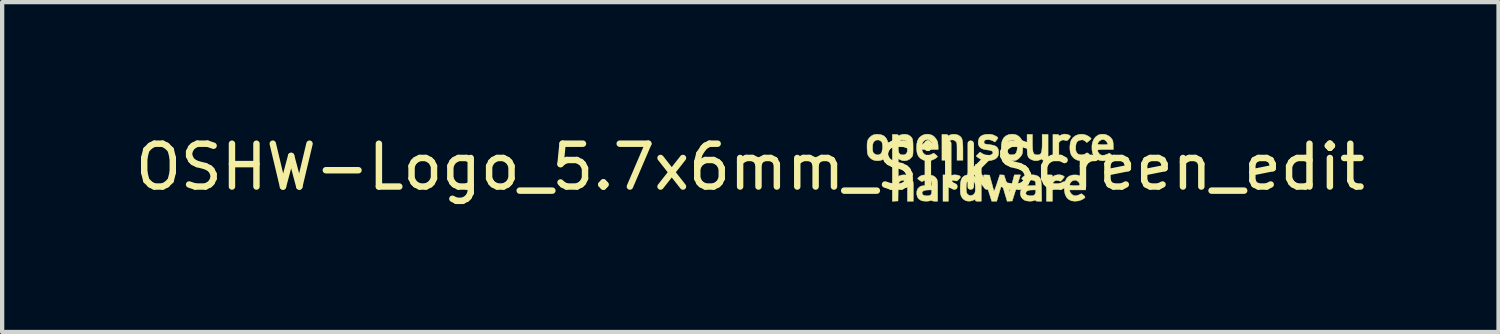
<source format=kicad_pcb>
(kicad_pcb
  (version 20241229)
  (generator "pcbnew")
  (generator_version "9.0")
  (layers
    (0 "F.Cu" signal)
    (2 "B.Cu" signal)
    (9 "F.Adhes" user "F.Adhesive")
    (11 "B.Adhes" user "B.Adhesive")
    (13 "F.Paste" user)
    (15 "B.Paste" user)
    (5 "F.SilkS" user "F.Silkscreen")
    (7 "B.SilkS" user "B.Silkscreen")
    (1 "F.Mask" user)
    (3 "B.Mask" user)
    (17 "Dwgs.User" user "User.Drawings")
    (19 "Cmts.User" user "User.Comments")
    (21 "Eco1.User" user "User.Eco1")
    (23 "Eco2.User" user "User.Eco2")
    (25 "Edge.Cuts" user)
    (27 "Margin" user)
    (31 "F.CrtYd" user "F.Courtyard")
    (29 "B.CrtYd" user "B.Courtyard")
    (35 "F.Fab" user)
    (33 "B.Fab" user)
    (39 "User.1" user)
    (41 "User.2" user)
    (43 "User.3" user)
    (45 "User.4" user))
  (footprint "OSHW-Logo_5.7x6mm_SilkScreen_edit"
    (layer "F.Cu")
    (at 14.458 0.848)
    (property "Reference" "OSHW-Logo_5.7x6mm_SilkScreen_edit" (at 0 0 0) (layer "F.SilkS") (effects (font (size 1 1) (thickness 0.15))))
    (attr exclude_from_pos_files exclude_from_bom)
    (fp_poly (pts (xy 7.389 -0.762) (xy 7.433 -0.749) (xy 7.461 -0.732) (xy 7.47 -0.719) (xy 7.467 -0.703) (xy 7.451 -0.679) (xy 7.437 -0.661) (xy 7.409 -0.63) (xy 7.388 -0.616) (xy 7.37 -0.617) (xy 7.316 -0.631) (xy 7.277 -0.63) (xy 7.245 -0.615) (xy 7.234 -0.606) (xy 7.2 -0.574) (xy 7.2 -0.158) (xy 7.061 -0.158) (xy 7.061 -0.761) (xy 7.13 -0.761) (xy 7.172 -0.76) (xy 7.193 -0.754) (xy 7.2 -0.743) (xy 7.2 -0.742) (xy 7.202 -0.73) (xy 7.216 -0.732) (xy 7.234 -0.74) (xy 7.272 -0.756) (xy 7.303 -0.766) (xy 7.343 -0.769) (xy 7.389 -0.762)) (stroke (width 0.01) (type solid)) (fill yes) (layer "F.SilkS"))
    (fp_poly (pts (xy 7.225 0.181) (xy 7.274 0.191) (xy 7.301 0.205) (xy 7.33 0.229) (xy 7.289 0.281) (xy 7.263 0.312) (xy 7.246 0.327) (xy 7.229 0.33) (xy 7.204 0.322) (xy 7.192 0.318) (xy 7.144 0.312) (xy 7.1 0.325) (xy 7.068 0.356) (xy 7.063 0.365) (xy 7.057 0.391) (xy 7.053 0.439) (xy 7.05 0.505) (xy 7.049 0.586) (xy 7.049 0.597) (xy 7.049 0.798) (xy 6.91 0.798) (xy 6.91 0.182) (xy 6.979 0.182) (xy 7.019 0.183) (xy 7.04 0.187) (xy 7.048 0.198) (xy 7.049 0.208) (xy 7.049 0.234) (xy 7.082 0.208) (xy 7.12 0.19) (xy 7.171 0.181) (xy 7.225 0.181)) (stroke (width 0.01) (type solid)) (fill yes) (layer "F.SilkS"))
    (fp_poly (pts (xy 4.597 0.183) (xy 4.615 0.189) (xy 4.622 0.201) (xy 4.622 0.207) (xy 4.623 0.222) (xy 4.63 0.225) (xy 4.651 0.214) (xy 4.663 0.207) (xy 4.701 0.191) (xy 4.746 0.183) (xy 4.793 0.183) (xy 4.838 0.189) (xy 4.874 0.2) (xy 4.897 0.216) (xy 4.902 0.236) (xy 4.9 0.242) (xy 4.883 0.265) (xy 4.857 0.293) (xy 4.852 0.297) (xy 4.828 0.318) (xy 4.806 0.325) (xy 4.776 0.32) (xy 4.764 0.317) (xy 4.727 0.309) (xy 4.701 0.313) (xy 4.679 0.325) (xy 4.659 0.341) (xy 4.644 0.361) (xy 4.634 0.389) (xy 4.627 0.428) (xy 4.623 0.484) (xy 4.622 0.559) (xy 4.622 0.604) (xy 4.622 0.798) (xy 4.496 0.798) (xy 4.496 0.182) (xy 4.559 0.182) (xy 4.597 0.183)) (stroke (width 0.01) (type solid)) (fill yes) (layer "F.SilkS"))
    (fp_poly (pts (xy 6.583 -0.566) (xy 6.585 -0.473) (xy 6.589 -0.403) (xy 6.598 -0.353) (xy 6.612 -0.318) (xy 6.633 -0.297) (xy 6.661 -0.287) (xy 6.697 -0.284) (xy 6.734 -0.287) (xy 6.762 -0.298) (xy 6.782 -0.32) (xy 6.796 -0.355) (xy 6.804 -0.406) (xy 6.809 -0.478) (xy 6.81 -0.566) (xy 6.81 -0.761) (xy 6.948 -0.761) (xy 6.948 -0.158) (xy 6.879 -0.158) (xy 6.837 -0.16) (xy 6.816 -0.165) (xy 6.81 -0.177) (xy 6.806 -0.187) (xy 6.792 -0.185) (xy 6.763 -0.17) (xy 6.696 -0.149) (xy 6.626 -0.15) (xy 6.558 -0.174) (xy 6.526 -0.193) (xy 6.502 -0.213) (xy 6.484 -0.238) (xy 6.471 -0.273) (xy 6.464 -0.319) (xy 6.46 -0.381) (xy 6.458 -0.462) (xy 6.458 -0.525) (xy 6.458 -0.761) (xy 6.583 -0.761) (xy 6.583 -0.566)) (stroke (width 0.01) (type solid)) (fill yes) (layer "F.SilkS"))
    (fp_poly (pts (xy 4.836 -0.751) (xy 4.867 -0.736) (xy 4.898 -0.714) (xy 4.921 -0.69) (xy 4.938 -0.658) (xy 4.949 -0.616) (xy 4.956 -0.56) (xy 4.96 -0.486) (xy 4.961 -0.391) (xy 4.961 -0.381) (xy 4.961 -0.158) (xy 4.823 -0.158) (xy 4.823 -0.364) (xy 4.823 -0.44) (xy 4.822 -0.495) (xy 4.82 -0.533) (xy 4.817 -0.559) (xy 4.811 -0.577) (xy 4.802 -0.59) (xy 4.79 -0.602) (xy 4.747 -0.63) (xy 4.7 -0.635) (xy 4.656 -0.618) (xy 4.64 -0.605) (xy 4.629 -0.593) (xy 4.621 -0.579) (xy 4.615 -0.561) (xy 4.612 -0.534) (xy 4.61 -0.494) (xy 4.609 -0.436) (xy 4.609 -0.366) (xy 4.609 -0.158) (xy 4.471 -0.158) (xy 4.471 -0.761) (xy 4.54 -0.761) (xy 4.582 -0.76) (xy 4.603 -0.754) (xy 4.609 -0.743) (xy 4.609 -0.742) (xy 4.612 -0.731) (xy 4.625 -0.732) (xy 4.65 -0.745) (xy 4.707 -0.763) (xy 4.773 -0.765) (xy 4.836 -0.751)) (stroke (width 0.01) (type solid)) (fill yes) (layer "F.SilkS"))
    (fp_poly (pts (xy 7.807 -0.756) (xy 7.88 -0.725) (xy 7.903 -0.71) (xy 7.932 -0.687) (xy 7.951 -0.669) (xy 7.954 -0.663) (xy 7.945 -0.65) (xy 7.922 -0.627) (xy 7.903 -0.612) (xy 7.853 -0.571) (xy 7.813 -0.605) (xy 7.782 -0.626) (xy 7.752 -0.634) (xy 7.717 -0.632) (xy 7.663 -0.618) (xy 7.625 -0.59) (xy 7.602 -0.545) (xy 7.592 -0.479) (xy 7.592 -0.479) (xy 7.592 -0.405) (xy 7.606 -0.351) (xy 7.634 -0.314) (xy 7.653 -0.302) (xy 7.704 -0.286) (xy 7.758 -0.286) (xy 7.805 -0.301) (xy 7.816 -0.309) (xy 7.843 -0.327) (xy 7.865 -0.331) (xy 7.889 -0.317) (xy 7.915 -0.291) (xy 7.956 -0.249) (xy 7.91 -0.212) (xy 7.84 -0.169) (xy 7.76 -0.148) (xy 7.677 -0.15) (xy 7.623 -0.164) (xy 7.559 -0.198) (xy 7.508 -0.252) (xy 7.485 -0.29) (xy 7.466 -0.344) (xy 7.457 -0.414) (xy 7.457 -0.489) (xy 7.466 -0.561) (xy 7.484 -0.621) (xy 7.487 -0.627) (xy 7.53 -0.688) (xy 7.588 -0.732) (xy 7.657 -0.759) (xy 7.731 -0.767) (xy 7.807 -0.756)) (stroke (width 0.01) (type solid)) (fill yes) (layer "F.SilkS"))
    (fp_poly (pts (xy 6.201 -0.754) (xy 6.264 -0.719) (xy 6.314 -0.665) (xy 6.338 -0.62) (xy 6.348 -0.581) (xy 6.354 -0.525) (xy 6.357 -0.46) (xy 6.356 -0.396) (xy 6.351 -0.339) (xy 6.345 -0.308) (xy 6.324 -0.267) (xy 6.288 -0.223) (xy 6.246 -0.184) (xy 6.203 -0.159) (xy 6.202 -0.159) (xy 6.15 -0.148) (xy 6.087 -0.147) (xy 6.028 -0.157) (xy 6.005 -0.165) (xy 5.946 -0.199) (xy 5.904 -0.242) (xy 5.876 -0.3) (xy 5.861 -0.376) (xy 5.857 -0.416) (xy 5.858 -0.466) (xy 5.992 -0.466) (xy 5.997 -0.393) (xy 6.01 -0.338) (xy 6.031 -0.302) (xy 6.046 -0.292) (xy 6.083 -0.285) (xy 6.129 -0.287) (xy 6.167 -0.297) (xy 6.178 -0.303) (xy 6.205 -0.335) (xy 6.222 -0.385) (xy 6.23 -0.446) (xy 6.226 -0.512) (xy 6.218 -0.551) (xy 6.194 -0.596) (xy 6.157 -0.625) (xy 6.112 -0.634) (xy 6.065 -0.624) (xy 6.029 -0.599) (xy 6.01 -0.578) (xy 5.999 -0.558) (xy 5.994 -0.53) (xy 5.992 -0.487) (xy 5.992 -0.466) (xy 5.858 -0.466) (xy 5.858 -0.522) (xy 5.875 -0.609) (xy 5.909 -0.677) (xy 5.959 -0.726) (xy 6.025 -0.756) (xy 6.04 -0.76) (xy 6.125 -0.768) (xy 6.201 -0.754)) (stroke (width 0.01) (type solid)) (fill yes) (layer "F.SilkS"))
    (fp_poly (pts (xy 5.872 0.184) (xy 5.921 0.188) (xy 6.051 0.578) (xy 6.072 0.509) (xy 6.084 0.466) (xy 6.1 0.408) (xy 6.118 0.345) (xy 6.127 0.311) (xy 6.161 0.182) (xy 6.304 0.182) (xy 6.262 0.317) (xy 6.241 0.383) (xy 6.215 0.464) (xy 6.189 0.547) (xy 6.165 0.622) (xy 6.111 0.792) (xy 6.053 0.795) (xy 5.994 0.799) (xy 5.963 0.695) (xy 5.943 0.63) (xy 5.922 0.558) (xy 5.903 0.495) (xy 5.903 0.493) (xy 5.889 0.45) (xy 5.876 0.421) (xy 5.868 0.41) (xy 5.866 0.411) (xy 5.86 0.428) (xy 5.848 0.465) (xy 5.832 0.516) (xy 5.814 0.578) (xy 5.804 0.612) (xy 5.749 0.798) (xy 5.633 0.798) (xy 5.541 0.505) (xy 5.515 0.423) (xy 5.491 0.349) (xy 5.471 0.286) (xy 5.455 0.237) (xy 5.445 0.206) (xy 5.442 0.197) (xy 5.444 0.187) (xy 5.463 0.183) (xy 5.503 0.184) (xy 5.509 0.184) (xy 5.582 0.188) (xy 5.63 0.364) (xy 5.648 0.428) (xy 5.663 0.485) (xy 5.676 0.528) (xy 5.684 0.555) (xy 5.685 0.559) (xy 5.691 0.554) (xy 5.703 0.529) (xy 5.72 0.486) (xy 5.74 0.43) (xy 5.757 0.379) (xy 5.822 0.181) (xy 5.872 0.184)) (stroke (width 0.01) (type solid)) (fill yes) (layer "F.SilkS"))
    (fp_poly (pts (xy 3.052 -0.755) (xy 3.118 -0.726) (xy 3.167 -0.677) (xy 3.202 -0.609) (xy 3.22 -0.521) (xy 3.221 -0.508) (xy 3.222 -0.411) (xy 3.209 -0.326) (xy 3.182 -0.258) (xy 3.167 -0.236) (xy 3.117 -0.189) (xy 3.052 -0.159) (xy 2.98 -0.146) (xy 2.907 -0.153) (xy 2.851 -0.172) (xy 2.803 -0.205) (xy 2.764 -0.249) (xy 2.763 -0.25) (xy 2.747 -0.277) (xy 2.737 -0.304) (xy 2.73 -0.338) (xy 2.727 -0.386) (xy 2.725 -0.425) (xy 2.724 -0.461) (xy 2.85 -0.461) (xy 2.851 -0.425) (xy 2.856 -0.378) (xy 2.864 -0.348) (xy 2.878 -0.326) (xy 2.891 -0.313) (xy 2.938 -0.287) (xy 2.987 -0.283) (xy 3.033 -0.302) (xy 3.056 -0.324) (xy 3.073 -0.345) (xy 3.083 -0.366) (xy 3.087 -0.392) (xy 3.087 -0.432) (xy 3.086 -0.469) (xy 3.083 -0.522) (xy 3.078 -0.556) (xy 3.07 -0.579) (xy 3.057 -0.596) (xy 3.046 -0.605) (xy 3.001 -0.631) (xy 2.953 -0.632) (xy 2.912 -0.617) (xy 2.877 -0.585) (xy 2.857 -0.533) (xy 2.85 -0.461) (xy 2.724 -0.461) (xy 2.724 -0.503) (xy 2.726 -0.562) (xy 2.734 -0.606) (xy 2.747 -0.641) (xy 2.768 -0.671) (xy 2.776 -0.681) (xy 2.824 -0.726) (xy 2.876 -0.753) (xy 2.939 -0.764) (xy 2.97 -0.765) (xy 3.052 -0.755)) (stroke (width 0.01) (type solid)) (fill yes) (layer "F.SilkS"))
    (fp_poly (pts (xy 5.389 0.798) (xy 5.32 0.798) (xy 5.28 0.797) (xy 5.259 0.792) (xy 5.251 0.781) (xy 5.25 0.774) (xy 5.249 0.76) (xy 5.241 0.757) (xy 5.22 0.766) (xy 5.204 0.774) (xy 5.141 0.794) (xy 5.073 0.795) (xy 5.017 0.78) (xy 4.966 0.745) (xy 4.926 0.693) (xy 4.905 0.631) (xy 4.904 0.628) (xy 4.901 0.591) (xy 4.899 0.537) (xy 4.899 0.496) (xy 5.037 0.496) (xy 5.04 0.55) (xy 5.047 0.595) (xy 5.057 0.62) (xy 5.094 0.654) (xy 5.138 0.667) (xy 5.183 0.657) (xy 5.222 0.627) (xy 5.237 0.607) (xy 5.245 0.583) (xy 5.25 0.548) (xy 5.25 0.496) (xy 5.249 0.444) (xy 5.244 0.399) (xy 5.237 0.368) (xy 5.236 0.365) (xy 5.21 0.333) (xy 5.17 0.315) (xy 5.127 0.312) (xy 5.086 0.325) (xy 5.056 0.353) (xy 5.053 0.358) (xy 5.043 0.392) (xy 5.038 0.441) (xy 5.037 0.496) (xy 4.899 0.496) (xy 4.899 0.476) (xy 4.9 0.443) (xy 4.906 0.361) (xy 4.919 0.3) (xy 4.941 0.254) (xy 4.972 0.221) (xy 5.003 0.201) (xy 5.046 0.187) (xy 5.099 0.182) (xy 5.154 0.186) (xy 5.2 0.198) (xy 5.225 0.213) (xy 5.25 0.236) (xy 5.25 -0.057) (xy 5.389 -0.057) (xy 5.389 0.798)) (stroke (width 0.01) (type solid)) (fill yes) (layer "F.SilkS"))
    (fp_poly (pts (xy 8.268 -0.764) (xy 8.3 -0.756) (xy 8.362 -0.727) (xy 8.415 -0.683) (xy 8.451 -0.631) (xy 8.456 -0.619) (xy 8.463 -0.588) (xy 8.468 -0.543) (xy 8.47 -0.497) (xy 8.47 -0.409) (xy 8.287 -0.409) (xy 8.212 -0.409) (xy 8.159 -0.407) (xy 8.125 -0.403) (xy 8.108 -0.394) (xy 8.104 -0.38) (xy 8.111 -0.36) (xy 8.123 -0.336) (xy 8.156 -0.295) (xy 8.202 -0.275) (xy 8.259 -0.276) (xy 8.323 -0.298) (xy 8.378 -0.325) (xy 8.424 -0.288) (xy 8.47 -0.252) (xy 8.427 -0.212) (xy 8.369 -0.174) (xy 8.298 -0.152) (xy 8.222 -0.145) (xy 8.148 -0.157) (xy 8.136 -0.161) (xy 8.071 -0.194) (xy 8.023 -0.245) (xy 7.99 -0.314) (xy 7.972 -0.402) (xy 7.972 -0.404) (xy 7.971 -0.5) (xy 7.977 -0.534) (xy 8.105 -0.534) (xy 8.117 -0.529) (xy 8.148 -0.525) (xy 8.195 -0.523) (xy 8.225 -0.522) (xy 8.281 -0.523) (xy 8.315 -0.524) (xy 8.334 -0.528) (xy 8.34 -0.535) (xy 8.338 -0.546) (xy 8.337 -0.551) (xy 8.314 -0.593) (xy 8.279 -0.626) (xy 8.248 -0.641) (xy 8.206 -0.64) (xy 8.164 -0.622) (xy 8.129 -0.591) (xy 8.108 -0.554) (xy 8.105 -0.534) (xy 7.977 -0.534) (xy 7.987 -0.585) (xy 8.019 -0.656) (xy 8.065 -0.711) (xy 8.123 -0.749) (xy 8.191 -0.767) (xy 8.268 -0.764)) (stroke (width 0.01) (type solid)) (fill yes) (layer "F.SilkS"))
    (fp_poly (pts (xy 5.604 -0.764) (xy 5.652 -0.755) (xy 5.701 -0.736) (xy 5.706 -0.733) (xy 5.744 -0.714) (xy 5.77 -0.695) (xy 5.778 -0.683) (xy 5.77 -0.664) (xy 5.751 -0.636) (xy 5.742 -0.626) (xy 5.707 -0.584) (xy 5.661 -0.611) (xy 5.617 -0.629) (xy 5.567 -0.639) (xy 5.519 -0.639) (xy 5.481 -0.63) (xy 5.473 -0.625) (xy 5.455 -0.599) (xy 5.453 -0.569) (xy 5.466 -0.546) (xy 5.474 -0.541) (xy 5.496 -0.536) (xy 5.536 -0.529) (xy 5.585 -0.523) (xy 5.594 -0.522) (xy 5.673 -0.508) (xy 5.73 -0.485) (xy 5.768 -0.45) (xy 5.789 -0.402) (xy 5.796 -0.342) (xy 5.787 -0.275) (xy 5.757 -0.222) (xy 5.707 -0.183) (xy 5.637 -0.159) (xy 5.559 -0.149) (xy 5.495 -0.149) (xy 5.443 -0.158) (xy 5.408 -0.17) (xy 5.363 -0.191) (xy 5.322 -0.215) (xy 5.307 -0.226) (xy 5.269 -0.257) (xy 5.315 -0.303) (xy 5.36 -0.349) (xy 5.412 -0.315) (xy 5.464 -0.289) (xy 5.519 -0.276) (xy 5.573 -0.274) (xy 5.618 -0.285) (xy 5.65 -0.306) (xy 5.66 -0.325) (xy 5.659 -0.355) (xy 5.633 -0.377) (xy 5.583 -0.393) (xy 5.529 -0.4) (xy 5.445 -0.414) (xy 5.383 -0.44) (xy 5.342 -0.479) (xy 5.32 -0.532) (xy 5.317 -0.595) (xy 5.332 -0.66) (xy 5.365 -0.71) (xy 5.419 -0.744) (xy 5.491 -0.762) (xy 5.545 -0.765) (xy 5.604 -0.764)) (stroke (width 0.01) (type solid)) (fill yes) (layer "F.SilkS"))
    (fp_poly (pts (xy 7.623 0.185) (xy 7.683 0.201) (xy 7.733 0.233) (xy 7.757 0.257) (xy 7.797 0.314) (xy 7.82 0.38) (xy 7.828 0.461) (xy 7.828 0.468) (xy 7.828 0.534) (xy 7.448 0.534) (xy 7.456 0.568) (xy 7.471 0.6) (xy 7.497 0.632) (xy 7.502 0.637) (xy 7.548 0.666) (xy 7.6 0.67) (xy 7.661 0.652) (xy 7.671 0.647) (xy 7.702 0.632) (xy 7.723 0.623) (xy 7.727 0.622) (xy 7.74 0.63) (xy 7.764 0.649) (xy 7.777 0.659) (xy 7.802 0.683) (xy 7.811 0.699) (xy 7.805 0.714) (xy 7.802 0.718) (xy 7.781 0.735) (xy 7.746 0.756) (xy 7.721 0.768) (xy 7.652 0.79) (xy 7.575 0.797) (xy 7.503 0.789) (xy 7.482 0.783) (xy 7.419 0.749) (xy 7.373 0.697) (xy 7.342 0.626) (xy 7.327 0.537) (xy 7.326 0.49) (xy 7.33 0.421) (xy 7.451 0.421) (xy 7.463 0.426) (xy 7.494 0.43) (xy 7.54 0.433) (xy 7.57 0.433) (xy 7.626 0.433) (xy 7.661 0.431) (xy 7.68 0.427) (xy 7.688 0.419) (xy 7.69 0.408) (xy 7.679 0.374) (xy 7.652 0.341) (xy 7.616 0.315) (xy 7.581 0.305) (xy 7.532 0.314) (xy 7.49 0.341) (xy 7.461 0.38) (xy 7.451 0.421) (xy 7.33 0.421) (xy 7.333 0.39) (xy 7.354 0.311) (xy 7.39 0.251) (xy 7.442 0.211) (xy 7.51 0.188) (xy 7.547 0.184) (xy 7.623 0.185)) (stroke (width 0.01) (type solid)) (fill yes) (layer "F.SilkS"))
    (fp_poly (pts (xy 4.233 -0.747) (xy 4.246 -0.741) (xy 4.289 -0.71) (xy 4.33 -0.663) (xy 4.361 -0.612) (xy 4.37 -0.589) (xy 4.377 -0.547) (xy 4.382 -0.496) (xy 4.383 -0.475) (xy 4.383 -0.409) (xy 4.003 -0.409) (xy 4.011 -0.375) (xy 4.031 -0.334) (xy 4.066 -0.298) (xy 4.107 -0.276) (xy 4.133 -0.271) (xy 4.169 -0.277) (xy 4.212 -0.291) (xy 4.226 -0.298) (xy 4.28 -0.324) (xy 4.325 -0.29) (xy 4.352 -0.266) (xy 4.366 -0.247) (xy 4.367 -0.241) (xy 4.354 -0.227) (xy 4.327 -0.206) (xy 4.302 -0.19) (xy 4.234 -0.16) (xy 4.159 -0.147) (xy 4.084 -0.15) (xy 4.025 -0.168) (xy 3.963 -0.207) (xy 3.919 -0.258) (xy 3.892 -0.325) (xy 3.88 -0.409) (xy 3.879 -0.447) (xy 3.883 -0.535) (xy 3.884 -0.538) (xy 4.009 -0.538) (xy 4.013 -0.529) (xy 4.027 -0.525) (xy 4.057 -0.523) (xy 4.105 -0.522) (xy 4.124 -0.522) (xy 4.182 -0.523) (xy 4.218 -0.526) (xy 4.237 -0.531) (xy 4.244 -0.539) (xy 4.245 -0.541) (xy 4.237 -0.562) (xy 4.217 -0.59) (xy 4.208 -0.6) (xy 4.177 -0.629) (xy 4.144 -0.64) (xy 4.126 -0.641) (xy 4.078 -0.629) (xy 4.038 -0.598) (xy 4.013 -0.552) (xy 4.012 -0.551) (xy 4.009 -0.538) (xy 3.884 -0.538) (xy 3.898 -0.604) (xy 3.924 -0.66) (xy 3.956 -0.699) (xy 4.016 -0.742) (xy 4.086 -0.765) (xy 4.16 -0.767) (xy 4.233 -0.747)) (stroke (width 0.01) (type solid)) (fill yes) (layer "F.SilkS"))
    (fp_poly (pts (xy 6.628 0.185) (xy 6.681 0.198) (xy 6.697 0.205) (xy 6.726 0.223) (xy 6.749 0.243) (xy 6.766 0.269) (xy 6.778 0.304) (xy 6.786 0.352) (xy 6.791 0.416) (xy 6.794 0.5) (xy 6.795 0.556) (xy 6.799 0.798) (xy 6.729 0.798) (xy 6.686 0.796) (xy 6.664 0.79) (xy 6.659 0.78) (xy 6.656 0.769) (xy 6.642 0.771) (xy 6.624 0.78) (xy 6.579 0.793) (xy 6.52 0.797) (xy 6.458 0.791) (xy 6.404 0.776) (xy 6.399 0.773) (xy 6.349 0.738) (xy 6.316 0.689) (xy 6.301 0.632) (xy 6.302 0.612) (xy 6.426 0.612) (xy 6.436 0.639) (xy 6.469 0.659) (xy 6.521 0.67) (xy 6.549 0.671) (xy 6.595 0.668) (xy 6.626 0.654) (xy 6.634 0.647) (xy 6.654 0.611) (xy 6.659 0.578) (xy 6.659 0.534) (xy 6.598 0.534) (xy 6.526 0.537) (xy 6.476 0.549) (xy 6.445 0.569) (xy 6.438 0.578) (xy 6.426 0.612) (xy 6.302 0.612) (xy 6.304 0.572) (xy 6.327 0.515) (xy 6.358 0.477) (xy 6.376 0.46) (xy 6.395 0.449) (xy 6.419 0.442) (xy 6.454 0.438) (xy 6.507 0.436) (xy 6.528 0.435) (xy 6.659 0.431) (xy 6.659 0.391) (xy 6.654 0.349) (xy 6.635 0.324) (xy 6.598 0.308) (xy 6.597 0.308) (xy 6.544 0.301) (xy 6.493 0.31) (xy 6.455 0.33) (xy 6.439 0.34) (xy 6.423 0.338) (xy 6.397 0.324) (xy 6.382 0.314) (xy 6.353 0.292) (xy 6.335 0.276) (xy 6.332 0.271) (xy 6.344 0.247) (xy 6.379 0.218) (xy 6.395 0.208) (xy 6.439 0.192) (xy 6.498 0.182) (xy 6.564 0.18) (xy 6.628 0.185)) (stroke (width 0.01) (type solid)) (fill yes) (layer "F.SilkS"))
    (fp_poly (pts (xy 4.206 0.187) (xy 4.265 0.202) (xy 4.31 0.231) (xy 4.342 0.268) (xy 4.352 0.284) (xy 4.359 0.301) (xy 4.364 0.323) (xy 4.367 0.353) (xy 4.369 0.395) (xy 4.37 0.454) (xy 4.37 0.533) (xy 4.37 0.554) (xy 4.37 0.798) (xy 4.31 0.798) (xy 4.271 0.795) (xy 4.243 0.788) (xy 4.236 0.784) (xy 4.216 0.777) (xy 4.196 0.784) (xy 4.164 0.793) (xy 4.116 0.797) (xy 4.063 0.795) (xy 4.015 0.789) (xy 3.987 0.78) (xy 3.932 0.745) (xy 3.898 0.696) (xy 3.883 0.632) (xy 3.883 0.63) (xy 3.884 0.602) (xy 4.006 0.602) (xy 4.016 0.634) (xy 4.034 0.653) (xy 4.068 0.666) (xy 4.114 0.672) (xy 4.161 0.669) (xy 4.198 0.658) (xy 4.209 0.651) (xy 4.227 0.619) (xy 4.232 0.582) (xy 4.232 0.534) (xy 4.162 0.534) (xy 4.096 0.539) (xy 4.046 0.553) (xy 4.015 0.576) (xy 4.006 0.602) (xy 3.884 0.602) (xy 3.886 0.56) (xy 3.909 0.504) (xy 3.953 0.462) (xy 3.959 0.458) (xy 3.985 0.445) (xy 4.017 0.438) (xy 4.062 0.434) (xy 4.116 0.433) (xy 4.232 0.433) (xy 4.232 0.384) (xy 4.227 0.347) (xy 4.214 0.321) (xy 4.213 0.32) (xy 4.185 0.309) (xy 4.143 0.305) (xy 4.096 0.307) (xy 4.055 0.315) (xy 4.03 0.327) (xy 4.017 0.337) (xy 4.003 0.339) (xy 3.983 0.331) (xy 3.954 0.311) (xy 3.91 0.277) (xy 3.906 0.274) (xy 3.908 0.262) (xy 3.925 0.243) (xy 3.952 0.221) (xy 3.98 0.203) (xy 3.99 0.199) (xy 4.023 0.19) (xy 4.071 0.184) (xy 4.125 0.182) (xy 4.128 0.182) (xy 4.206 0.187)) (stroke (width 0.01) (type solid)) (fill yes) (layer "F.SilkS"))
    (fp_poly (pts (xy 3.681 -0.751) (xy 3.708 -0.738) (xy 3.74 -0.715) (xy 3.764 -0.69) (xy 3.781 -0.659) (xy 3.791 -0.617) (xy 3.796 -0.56) (xy 3.798 -0.484) (xy 3.798 -0.451) (xy 3.798 -0.379) (xy 3.796 -0.328) (xy 3.793 -0.293) (xy 3.788 -0.268) (xy 3.78 -0.25) (xy 3.772 -0.238) (xy 3.72 -0.186) (xy 3.658 -0.155) (xy 3.591 -0.145) (xy 3.524 -0.159) (xy 3.503 -0.169) (xy 3.452 -0.195) (xy 3.452 0.22) (xy 3.489 0.201) (xy 3.538 0.186) (xy 3.598 0.182) (xy 3.658 0.189) (xy 3.704 0.205) (xy 3.741 0.235) (xy 3.773 0.278) (xy 3.776 0.282) (xy 3.786 0.303) (xy 3.793 0.324) (xy 3.799 0.35) (xy 3.802 0.384) (xy 3.804 0.431) (xy 3.804 0.495) (xy 3.804 0.567) (xy 3.804 0.798) (xy 3.666 0.798) (xy 3.666 0.373) (xy 3.627 0.34) (xy 3.587 0.314) (xy 3.549 0.309) (xy 3.511 0.321) (xy 3.491 0.333) (xy 3.475 0.35) (xy 3.465 0.376) (xy 3.457 0.414) (xy 3.453 0.468) (xy 3.45 0.541) (xy 3.449 0.59) (xy 3.446 0.792) (xy 3.38 0.795) (xy 3.314 0.799) (xy 3.314 -0.449) (xy 3.452 -0.449) (xy 3.456 -0.38) (xy 3.468 -0.331) (xy 3.49 -0.301) (xy 3.524 -0.287) (xy 3.559 -0.284) (xy 3.599 -0.287) (xy 3.625 -0.3) (xy 3.641 -0.318) (xy 3.654 -0.337) (xy 3.662 -0.358) (xy 3.665 -0.388) (xy 3.665 -0.433) (xy 3.664 -0.47) (xy 3.661 -0.526) (xy 3.658 -0.563) (xy 3.651 -0.587) (xy 3.64 -0.603) (xy 3.63 -0.612) (xy 3.588 -0.631) (xy 3.538 -0.635) (xy 3.51 -0.628) (xy 3.481 -0.604) (xy 3.462 -0.556) (xy 3.453 -0.486) (xy 3.452 -0.449) (xy 3.314 -0.449) (xy 3.314 -0.761) (xy 3.383 -0.761) (xy 3.425 -0.76) (xy 3.446 -0.754) (xy 3.452 -0.743) (xy 3.452 -0.742) (xy 3.455 -0.731) (xy 3.468 -0.732) (xy 3.493 -0.745) (xy 3.552 -0.763) (xy 3.618 -0.765) (xy 3.681 -0.751)) (stroke (width 0.01) (type solid)) (fill yes) (layer "F.SilkS")))
  (gr_rect
    (start -3 -3)
    (end 31.917 4.697)
    (stroke (width 0.1) (type default))
    (fill no)
    (layer "Edge.Cuts")))
</source>
